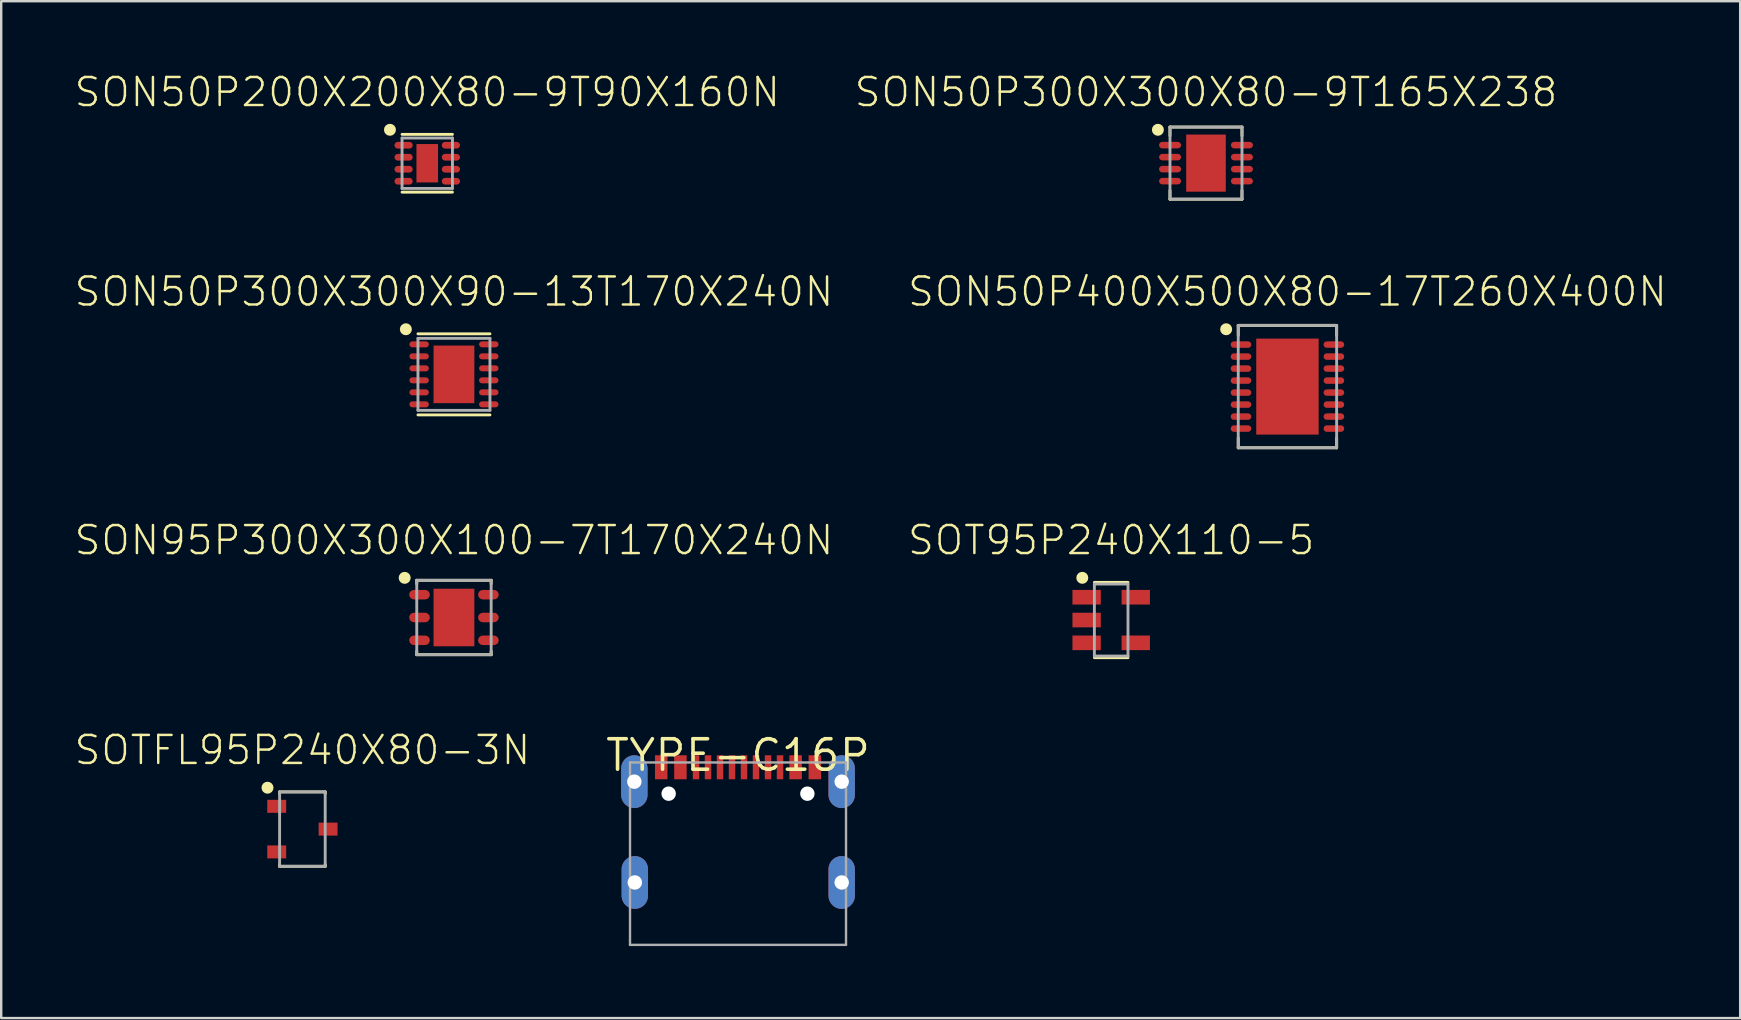
<source format=kicad_pcb>
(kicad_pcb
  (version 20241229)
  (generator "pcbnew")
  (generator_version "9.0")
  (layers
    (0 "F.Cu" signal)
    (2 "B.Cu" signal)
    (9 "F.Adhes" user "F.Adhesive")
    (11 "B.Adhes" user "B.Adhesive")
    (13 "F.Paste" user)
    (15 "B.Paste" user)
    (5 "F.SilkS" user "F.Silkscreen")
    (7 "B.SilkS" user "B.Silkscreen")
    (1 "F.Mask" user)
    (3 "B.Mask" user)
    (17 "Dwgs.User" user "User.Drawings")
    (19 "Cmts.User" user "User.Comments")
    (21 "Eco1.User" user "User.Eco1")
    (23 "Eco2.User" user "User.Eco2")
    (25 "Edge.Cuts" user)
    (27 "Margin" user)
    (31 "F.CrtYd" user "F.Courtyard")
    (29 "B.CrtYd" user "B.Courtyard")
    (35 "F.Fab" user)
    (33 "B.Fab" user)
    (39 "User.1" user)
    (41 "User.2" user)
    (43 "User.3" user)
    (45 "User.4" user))
  (footprint "SOT95P240X110-5"
    (layer "F.Cu")
    (at 43.25 22.785)
    (property "Reference" "SOT95P240X110-5" (at 0 -2.644 0) (layer "F.SilkS") (effects (font (size 1.168 1.168) (thickness 0.102)) (justify bottom)))
    (fp_line (start -0.7 -1.569) (end 0.7 -1.569) (stroke (width 0.12) (type solid)) (layer "F.SilkS"))
    (fp_line (start -0.7 1.569) (end 0.7 1.569) (stroke (width 0.12) (type solid)) (layer "F.SilkS"))
    (fp_circle (center -1.204 -1.759) (end -1.079 -1.759) (stroke (width 0.25) (type solid)) (fill no) (layer "F.SilkS"))
    (fp_line (start -0.7 -1.5) (end 0.7 -1.5) (stroke (width 0.12) (type solid)) (layer "F.Fab"))
    (fp_line (start -0.7 1.5) (end -0.7 -1.5) (stroke (width 0.12) (type solid)) (layer "F.Fab"))
    (fp_line (start 0.7 -1.5) (end 0.7 1.5) (stroke (width 0.12) (type solid)) (layer "F.Fab"))
    (fp_line (start 0.7 1.5) (end -0.7 1.5) (stroke (width 0.12) (type solid)) (layer "F.Fab"))
    (pad "1" smd rect (at -1.024 -0.95) (size 1.18 0.609) (layers "F.Cu" "F.Mask" "F.Paste"))
    (pad "2" smd rect (at -1.024 0) (size 1.18 0.609) (layers "F.Cu" "F.Mask" "F.Paste"))
    (pad "3" smd rect (at -1.024 0.95) (size 1.18 0.609) (layers "F.Cu" "F.Mask" "F.Paste"))
    (pad "4" smd rect (at 1.024 0.95) (size 1.18 0.609) (layers "F.Cu" "F.Mask" "F.Paste"))
    (pad "5" smd rect (at 1.024 -0.95) (size 1.18 0.609) (layers "F.Cu" "F.Mask" "F.Paste")))
  (footprint "SON50P300X300X80-9T165X238"
    (layer "F.Cu")
    (at 47.2 3.747)
    (property "Reference" "SON50P300X300X80-9T165X238" (at 0 -2.274 0) (layer "F.SilkS") (effects (font (size 1.168 1.168) (thickness 0.102)) (justify bottom)))
    (fp_line (start -1.5 -1.504) (end 1.5 -1.504) (stroke (width 0.12) (type solid)) (layer "F.SilkS"))
    (fp_line (start -1.5 -1.139) (end -1.5 -1.504) (stroke (width 0.12) (type solid)) (layer "F.SilkS"))
    (fp_line (start -1.5 1.139) (end -1.5 1.504) (stroke (width 0.12) (type solid)) (layer "F.SilkS"))
    (fp_line (start -1.5 1.504) (end 1.5 1.504) (stroke (width 0.12) (type solid)) (layer "F.SilkS"))
    (fp_line (start 1.5 -1.504) (end 1.5 -1.139) (stroke (width 0.12) (type solid)) (layer "F.SilkS"))
    (fp_line (start 1.5 1.504) (end 1.5 1.139) (stroke (width 0.12) (type solid)) (layer "F.SilkS"))
    (fp_circle (center -2.004 -1.389) (end -1.879 -1.389) (stroke (width 0.25) (type solid)) (fill no) (layer "F.SilkS"))
    (fp_line (start -1.5 -1.5) (end 1.5 -1.5) (stroke (width 0.12) (type solid)) (layer "F.Fab"))
    (fp_line (start -1.5 1.5) (end -1.5 -1.5) (stroke (width 0.12) (type solid)) (layer "F.Fab"))
    (fp_line (start 1.5 -1.5) (end 1.5 1.5) (stroke (width 0.12) (type solid)) (layer "F.Fab"))
    (fp_line (start 1.5 1.5) (end -1.5 1.5) (stroke (width 0.12) (type solid)) (layer "F.Fab"))
    (pad "1" smd roundrect (at -1.497 -0.75) (size 0.917 0.27) (layers "F.Cu" "F.Mask" "F.Paste") (roundrect_rratio 0.5))
    (pad "2" smd roundrect (at -1.497 -0.25) (size 0.917 0.27) (layers "F.Cu" "F.Mask" "F.Paste") (roundrect_rratio 0.5))
    (pad "3" smd roundrect (at -1.497 0.25) (size 0.917 0.27) (layers "F.Cu" "F.Mask" "F.Paste") (roundrect_rratio 0.5))
    (pad "4" smd roundrect (at -1.497 0.75) (size 0.917 0.27) (layers "F.Cu" "F.Mask" "F.Paste") (roundrect_rratio 0.5))
    (pad "5" smd roundrect (at 1.497 0.75) (size 0.917 0.27) (layers "F.Cu" "F.Mask" "F.Paste") (roundrect_rratio 0.5))
    (pad "6" smd roundrect (at 1.497 0.25) (size 0.917 0.27) (layers "F.Cu" "F.Mask" "F.Paste") (roundrect_rratio 0.5))
    (pad "7" smd roundrect (at 1.497 -0.25) (size 0.917 0.27) (layers "F.Cu" "F.Mask" "F.Paste") (roundrect_rratio 0.5))
    (pad "8" smd roundrect (at 1.497 -0.75) (size 0.917 0.27) (layers "F.Cu" "F.Mask" "F.Paste") (roundrect_rratio 0.5))
    (pad "9" smd rect (at 0 0) (size 1.65 2.38) (layers "F.Cu" "F.Mask" "F.Paste")))
  (footprint "SON50P400X500X80-17T260X400N"
    (layer "F.Cu")
    (at 50.594 13.058)
    (property "Reference" "SON50P400X500X80-17T260X400N" (at 0 -3.274 0) (layer "F.SilkS") (effects (font (size 1.168 1.168) (thickness 0.102)) (justify bottom)))
    (fp_line (start -2.05 -2.55) (end 2.05 -2.55) (stroke (width 0.12) (type solid)) (layer "F.SilkS"))
    (fp_line (start -2.05 -2.139) (end -2.05 -2.55) (stroke (width 0.12) (type solid)) (layer "F.SilkS"))
    (fp_line (start -2.05 2.139) (end -2.05 2.55) (stroke (width 0.12) (type solid)) (layer "F.SilkS"))
    (fp_line (start -2.05 2.55) (end 2.05 2.55) (stroke (width 0.12) (type solid)) (layer "F.SilkS"))
    (fp_line (start 2.05 -2.55) (end 2.05 -2.139) (stroke (width 0.12) (type solid)) (layer "F.SilkS"))
    (fp_line (start 2.05 2.55) (end 2.05 2.139) (stroke (width 0.12) (type solid)) (layer "F.SilkS"))
    (fp_circle (center -2.554 -2.389) (end -2.429 -2.389) (stroke (width 0.25) (type solid)) (fill no) (layer "F.SilkS"))
    (fp_line (start -2.05 -2.55) (end 2.05 -2.55) (stroke (width 0.12) (type solid)) (layer "F.Fab"))
    (fp_line (start -2.05 2.55) (end -2.05 -2.55) (stroke (width 0.12) (type solid)) (layer "F.Fab"))
    (fp_line (start 2.05 -2.55) (end 2.05 2.55) (stroke (width 0.12) (type solid)) (layer "F.Fab"))
    (fp_line (start 2.05 2.55) (end -2.05 2.55) (stroke (width 0.12) (type solid)) (layer "F.Fab"))
    (pad "1" smd roundrect (at -1.935 -1.75) (size 0.86 0.27) (layers "F.Cu" "F.Mask" "F.Paste") (roundrect_rratio 0.5))
    (pad "2" smd roundrect (at -1.935 -1.25) (size 0.86 0.27) (layers "F.Cu" "F.Mask" "F.Paste") (roundrect_rratio 0.5))
    (pad "3" smd roundrect (at -1.935 -0.75) (size 0.86 0.27) (layers "F.Cu" "F.Mask" "F.Paste") (roundrect_rratio 0.5))
    (pad "4" smd roundrect (at -1.935 -0.25) (size 0.86 0.27) (layers "F.Cu" "F.Mask" "F.Paste") (roundrect_rratio 0.5))
    (pad "5" smd roundrect (at -1.935 0.25) (size 0.86 0.27) (layers "F.Cu" "F.Mask" "F.Paste") (roundrect_rratio 0.5))
    (pad "6" smd roundrect (at -1.935 0.75) (size 0.86 0.27) (layers "F.Cu" "F.Mask" "F.Paste") (roundrect_rratio 0.5))
    (pad "7" smd roundrect (at -1.935 1.25) (size 0.86 0.27) (layers "F.Cu" "F.Mask" "F.Paste") (roundrect_rratio 0.5))
    (pad "8" smd roundrect (at -1.935 1.75) (size 0.86 0.27) (layers "F.Cu" "F.Mask" "F.Paste") (roundrect_rratio 0.5))
    (pad "9" smd roundrect (at 1.935 1.75) (size 0.86 0.27) (layers "F.Cu" "F.Mask" "F.Paste") (roundrect_rratio 0.5))
    (pad "10" smd roundrect (at 1.935 1.25) (size 0.86 0.27) (layers "F.Cu" "F.Mask" "F.Paste") (roundrect_rratio 0.5))
    (pad "11" smd roundrect (at 1.935 0.75) (size 0.86 0.27) (layers "F.Cu" "F.Mask" "F.Paste") (roundrect_rratio 0.5))
    (pad "12" smd roundrect (at 1.935 0.25) (size 0.86 0.27) (layers "F.Cu" "F.Mask" "F.Paste") (roundrect_rratio 0.5))
    (pad "13" smd roundrect (at 1.935 -0.25) (size 0.86 0.27) (layers "F.Cu" "F.Mask" "F.Paste") (roundrect_rratio 0.5))
    (pad "14" smd roundrect (at 1.935 -0.75) (size 0.86 0.27) (layers "F.Cu" "F.Mask" "F.Paste") (roundrect_rratio 0.5))
    (pad "15" smd roundrect (at 1.935 -1.25) (size 0.86 0.27) (layers "F.Cu" "F.Mask" "F.Paste") (roundrect_rratio 0.5))
    (pad "16" smd roundrect (at 1.935 -1.75) (size 0.86 0.27) (layers "F.Cu" "F.Mask" "F.Paste") (roundrect_rratio 0.5))
    (pad "17" smd rect (at 0 0) (size 2.6 4) (layers "F.Cu" "F.Mask" "F.Paste")))
  (footprint "TYPE-C16P"
    (layer "F.Cu")
    (at 27.701 28.42)
    (property "Reference" "TYPE-C16P" (at 0 0 0) (layer "F.SilkS") (effects (font (size 1.27 1.27) (thickness 0.15))))
    (fp_line (start -4.5 0.3) (end 4.5 0.3) (stroke (width 0.1) (type solid)) (layer "F.Fab"))
    (fp_line (start -4.5 7.9) (end -4.5 0.3) (stroke (width 0.1) (type solid)) (layer "F.Fab"))
    (fp_line (start 4.5 0.3) (end 4.5 7.9) (stroke (width 0.1) (type solid)) (layer "F.Fab"))
    (fp_line (start 4.5 7.9) (end -4.5 7.9) (stroke (width 0.1) (type solid)) (layer "F.Fab"))
    (pad "" np_thru_hole circle (at -2.89 1.6) (size 0.6 0.6) (drill 0.6) (layers "*.Cu" "*.Mask"))
    (pad "" np_thru_hole circle (at 2.89 1.6) (size 0.6 0.6) (drill 0.6) (layers "*.Cu" "*.Mask"))
    (pad "1" smd rect (at -3.2 0.5 90) (size 1 0.52) (layers "F.Cu" "F.Mask" "F.Paste"))
    (pad "2" smd rect (at -2.4 0.5 90) (size 1 0.52) (layers "F.Cu" "F.Mask" "F.Paste"))
    (pad "3" smd rect (at -1.75 0.5 270) (size 1 0.27) (layers "F.Cu" "F.Mask" "F.Paste"))
    (pad "4" smd rect (at -1.25 0.5 270) (size 1 0.27) (layers "F.Cu" "F.Mask" "F.Paste"))
    (pad "5" smd rect (at -0.75 0.5 270) (size 1 0.27) (layers "F.Cu" "F.Mask" "F.Paste"))
    (pad "6" smd rect (at -0.25 0.5 270) (size 1 0.27) (layers "F.Cu" "F.Mask" "F.Paste"))
    (pad "7" smd rect (at 0.25 0.5 270) (size 1 0.27) (layers "F.Cu" "F.Mask" "F.Paste"))
    (pad "8" smd rect (at 0.75 0.5 270) (size 1 0.27) (layers "F.Cu" "F.Mask" "F.Paste"))
    (pad "9" smd rect (at 1.25 0.5 270) (size 1 0.27) (layers "F.Cu" "F.Mask" "F.Paste"))
    (pad "10" smd rect (at 1.75 0.5 270) (size 1 0.27) (layers "F.Cu" "F.Mask" "F.Paste"))
    (pad "11" smd rect (at 2.4 0.5 90) (size 1 0.52) (layers "F.Cu" "F.Mask" "F.Paste"))
    (pad "12" smd rect (at 3.2 0.5 90) (size 1 0.52) (layers "F.Cu" "F.Mask" "F.Paste"))
    (pad "M1" thru_hole oval (at -4.3 5.3 90) (size 2.2 1.1) (drill 0.6) (layers "*.Cu" "*.Mask"))
    (pad "M2" thru_hole oval (at -4.32 1.1 90) (size 2.2 1.1) (drill 0.6) (layers "*.Cu" "*.Mask"))
    (pad "M3" thru_hole oval (at 4.32 5.3 90) (size 2.2 1.1) (drill 0.6) (layers "*.Cu" "*.Mask"))
    (pad "M4" thru_hole oval (at 4.32 1.1 90) (size 2.2 1.1) (drill 0.6) (layers "*.Cu" "*.Mask")))
  (footprint "SON50P300X300X90-13T170X240N"
    (layer "F.Cu")
    (at 15.865 12.548)
    (property "Reference" "SON50P300X300X90-13T170X240N" (at 0 -2.764 0) (layer "F.SilkS") (effects (font (size 1.168 1.168) (thickness 0.102)) (justify bottom)))
    (fp_line (start -1.5 -1.689) (end 1.5 -1.689) (stroke (width 0.12) (type solid)) (layer "F.SilkS"))
    (fp_line (start -1.5 1.689) (end 1.5 1.689) (stroke (width 0.12) (type solid)) (layer "F.SilkS"))
    (fp_circle (center -2.004 -1.879) (end -1.879 -1.879) (stroke (width 0.25) (type solid)) (fill no) (layer "F.SilkS"))
    (fp_line (start -1.5 -1.5) (end 1.5 -1.5) (stroke (width 0.12) (type solid)) (layer "F.Fab"))
    (fp_line (start -1.5 1.5) (end -1.5 -1.5) (stroke (width 0.12) (type solid)) (layer "F.Fab"))
    (fp_line (start 1.5 -1.5) (end 1.5 1.5) (stroke (width 0.12) (type solid)) (layer "F.Fab"))
    (fp_line (start 1.5 1.5) (end -1.5 1.5) (stroke (width 0.12) (type solid)) (layer "F.Fab"))
    (pad "1" smd roundrect (at -1.451 -1.25) (size 0.811 0.25) (layers "F.Cu" "F.Mask" "F.Paste") (roundrect_rratio 0.5))
    (pad "2" smd roundrect (at -1.451 -0.75) (size 0.811 0.25) (layers "F.Cu" "F.Mask" "F.Paste") (roundrect_rratio 0.5))
    (pad "3" smd roundrect (at -1.451 -0.25) (size 0.811 0.25) (layers "F.Cu" "F.Mask" "F.Paste") (roundrect_rratio 0.5))
    (pad "4" smd roundrect (at -1.451 0.25) (size 0.811 0.25) (layers "F.Cu" "F.Mask" "F.Paste") (roundrect_rratio 0.5))
    (pad "5" smd roundrect (at -1.451 0.75) (size 0.811 0.25) (layers "F.Cu" "F.Mask" "F.Paste") (roundrect_rratio 0.5))
    (pad "6" smd roundrect (at -1.451 1.25) (size 0.811 0.25) (layers "F.Cu" "F.Mask" "F.Paste") (roundrect_rratio 0.5))
    (pad "7" smd roundrect (at 1.451 1.25) (size 0.811 0.25) (layers "F.Cu" "F.Mask" "F.Paste") (roundrect_rratio 0.5))
    (pad "8" smd roundrect (at 1.451 0.75) (size 0.811 0.25) (layers "F.Cu" "F.Mask" "F.Paste") (roundrect_rratio 0.5))
    (pad "9" smd roundrect (at 1.451 0.25) (size 0.811 0.25) (layers "F.Cu" "F.Mask" "F.Paste") (roundrect_rratio 0.5))
    (pad "10" smd roundrect (at 1.451 -0.25) (size 0.811 0.25) (layers "F.Cu" "F.Mask" "F.Paste") (roundrect_rratio 0.5))
    (pad "11" smd roundrect (at 1.451 -0.75) (size 0.811 0.25) (layers "F.Cu" "F.Mask" "F.Paste") (roundrect_rratio 0.5))
    (pad "12" smd roundrect (at 1.451 -1.25) (size 0.811 0.25) (layers "F.Cu" "F.Mask" "F.Paste") (roundrect_rratio 0.5))
    (pad "13" smd rect (at 0 0) (size 1.7 2.4) (layers "F.Cu" "F.Mask" "F.Paste")))
  (footprint "SON95P300X300X100-7T170X240N"
    (layer "F.Cu")
    (at 15.865 22.679)
    (property "Reference" "SON95P300X300X100-7T170X240N" (at 0 -2.537 0) (layer "F.SilkS") (effects (font (size 1.168 1.168) (thickness 0.102)) (justify bottom)))
    (fp_line (start -1.55 -1.55) (end 1.55 -1.55) (stroke (width 0.12) (type solid)) (layer "F.SilkS"))
    (fp_line (start -1.55 -1.402) (end -1.55 -1.55) (stroke (width 0.12) (type solid)) (layer "F.SilkS"))
    (fp_line (start -1.55 1.402) (end -1.55 1.55) (stroke (width 0.12) (type solid)) (layer "F.SilkS"))
    (fp_line (start -1.55 1.55) (end 1.55 1.55) (stroke (width 0.12) (type solid)) (layer "F.SilkS"))
    (fp_line (start 1.55 -1.55) (end 1.55 -1.402) (stroke (width 0.12) (type solid)) (layer "F.SilkS"))
    (fp_line (start 1.55 1.55) (end 1.55 1.402) (stroke (width 0.12) (type solid)) (layer "F.SilkS"))
    (fp_circle (center -2.054 -1.652) (end -1.929 -1.652) (stroke (width 0.25) (type solid)) (fill no) (layer "F.SilkS"))
    (fp_line (start -1.55 -1.55) (end 1.55 -1.55) (stroke (width 0.12) (type solid)) (layer "F.Fab"))
    (fp_line (start -1.55 1.55) (end -1.55 -1.55) (stroke (width 0.12) (type solid)) (layer "F.Fab"))
    (fp_line (start 1.55 -1.55) (end 1.55 1.55) (stroke (width 0.12) (type solid)) (layer "F.Fab"))
    (fp_line (start 1.55 1.55) (end -1.55 1.55) (stroke (width 0.12) (type solid)) (layer "F.Fab"))
    (pad "1" smd roundrect (at -1.435 -0.95) (size 0.86 0.397) (layers "F.Cu" "F.Mask" "F.Paste") (roundrect_rratio 0.5))
    (pad "2" smd roundrect (at -1.435 0) (size 0.86 0.397) (layers "F.Cu" "F.Mask" "F.Paste") (roundrect_rratio 0.5))
    (pad "3" smd roundrect (at -1.435 0.95) (size 0.86 0.397) (layers "F.Cu" "F.Mask" "F.Paste") (roundrect_rratio 0.5))
    (pad "4" smd roundrect (at 1.435 0.95) (size 0.86 0.397) (layers "F.Cu" "F.Mask" "F.Paste") (roundrect_rratio 0.5))
    (pad "5" smd roundrect (at 1.435 0) (size 0.86 0.397) (layers "F.Cu" "F.Mask" "F.Paste") (roundrect_rratio 0.5))
    (pad "6" smd roundrect (at 1.435 -0.95) (size 0.86 0.397) (layers "F.Cu" "F.Mask" "F.Paste") (roundrect_rratio 0.5))
    (pad "7" smd rect (at 0 0) (size 1.7 2.4) (layers "F.Cu" "F.Mask" "F.Paste")))
  (footprint "SON50P200X200X80-9T90X160N"
    (layer "F.Cu")
    (at 14.752 3.752)
    (property "Reference" "SON50P200X200X80-9T90X160N" (at 0 -2.279 0) (layer "F.SilkS") (effects (font (size 1.168 1.168) (thickness 0.102)) (justify bottom)))
    (fp_line (start -1.05 -1.204) (end 1.05 -1.204) (stroke (width 0.12) (type solid)) (layer "F.SilkS"))
    (fp_line (start -1.05 1.204) (end 1.05 1.204) (stroke (width 0.12) (type solid)) (layer "F.SilkS"))
    (fp_circle (center -1.554 -1.394) (end -1.429 -1.394) (stroke (width 0.25) (type solid)) (fill no) (layer "F.SilkS"))
    (fp_line (start -1.05 -1.05) (end 1.05 -1.05) (stroke (width 0.12) (type solid)) (layer "F.Fab"))
    (fp_line (start -1.05 1.05) (end -1.05 -1.05) (stroke (width 0.12) (type solid)) (layer "F.Fab"))
    (fp_line (start 1.05 -1.05) (end 1.05 1.05) (stroke (width 0.12) (type solid)) (layer "F.Fab"))
    (fp_line (start 1.05 1.05) (end -1.05 1.05) (stroke (width 0.12) (type solid)) (layer "F.Fab"))
    (pad "1" smd roundrect (at -0.985 -0.75) (size 0.76 0.279) (layers "F.Cu" "F.Mask" "F.Paste") (roundrect_rratio 0.5))
    (pad "2" smd roundrect (at -0.985 -0.25) (size 0.76 0.279) (layers "F.Cu" "F.Mask" "F.Paste") (roundrect_rratio 0.5))
    (pad "3" smd roundrect (at -0.985 0.25) (size 0.76 0.279) (layers "F.Cu" "F.Mask" "F.Paste") (roundrect_rratio 0.5))
    (pad "4" smd roundrect (at -0.985 0.75) (size 0.76 0.279) (layers "F.Cu" "F.Mask" "F.Paste") (roundrect_rratio 0.5))
    (pad "5" smd roundrect (at 0.985 0.75) (size 0.76 0.279) (layers "F.Cu" "F.Mask" "F.Paste") (roundrect_rratio 0.5))
    (pad "6" smd roundrect (at 0.985 0.25) (size 0.76 0.279) (layers "F.Cu" "F.Mask" "F.Paste") (roundrect_rratio 0.5))
    (pad "7" smd roundrect (at 0.985 -0.25) (size 0.76 0.279) (layers "F.Cu" "F.Mask" "F.Paste") (roundrect_rratio 0.5))
    (pad "8" smd roundrect (at 0.985 -0.75) (size 0.76 0.279) (layers "F.Cu" "F.Mask" "F.Paste") (roundrect_rratio 0.5))
    (pad "9" smd rect (at 0 0) (size 0.9 1.6) (layers "F.Cu" "F.Mask" "F.Paste")))
  (footprint "SOTFL95P240X80-3N"
    (layer "F.Cu")
    (at 9.55 31.497)
    (property "Reference" "SOTFL95P240X80-3N" (at 0 -2.61 0) (layer "F.SilkS") (effects (font (size 1.168 1.168) (thickness 0.102)) (justify bottom)))
    (fp_line (start -0.95 -1.55) (end 0.95 -1.55) (stroke (width 0.12) (type solid)) (layer "F.SilkS"))
    (fp_line (start -0.95 -1.475) (end -0.95 -1.55) (stroke (width 0.12) (type solid)) (layer "F.SilkS"))
    (fp_line (start -0.95 1.475) (end -0.95 1.55) (stroke (width 0.12) (type solid)) (layer "F.SilkS"))
    (fp_line (start -0.95 1.55) (end 0.95 1.55) (stroke (width 0.12) (type solid)) (layer "F.SilkS"))
    (fp_line (start 0.95 -1.55) (end 0.95 -1.475) (stroke (width 0.12) (type solid)) (layer "F.SilkS"))
    (fp_line (start 0.95 1.55) (end 0.95 1.475) (stroke (width 0.12) (type solid)) (layer "F.SilkS"))
    (fp_circle (center -1.454 -1.725) (end -1.329 -1.725) (stroke (width 0.25) (type solid)) (fill no) (layer "F.SilkS"))
    (fp_line (start -0.95 -1.55) (end 0.95 -1.55) (stroke (width 0.12) (type solid)) (layer "F.Fab"))
    (fp_line (start -0.95 1.55) (end -0.95 -1.55) (stroke (width 0.12) (type solid)) (layer "F.Fab"))
    (fp_line (start 0.95 -1.55) (end 0.95 1.55) (stroke (width 0.12) (type solid)) (layer "F.Fab"))
    (fp_line (start 0.95 1.55) (end -0.95 1.55) (stroke (width 0.12) (type solid)) (layer "F.Fab"))
    (pad "1" smd rect (at -1.07 -0.95) (size 0.788 0.541) (layers "F.Cu" "F.Mask" "F.Paste"))
    (pad "2" smd rect (at -1.07 0.95) (size 0.788 0.541) (layers "F.Cu" "F.Mask" "F.Paste"))
    (pad "3" smd rect (at 1.07 0) (size 0.788 0.541) (layers "F.Cu" "F.Mask" "F.Paste")))
  (gr_rect
    (start -3 -3)
    (end 69.458 39.37)
    (stroke (width 0.1) (type default))
    (fill no)
    (layer "Edge.Cuts")))
</source>
